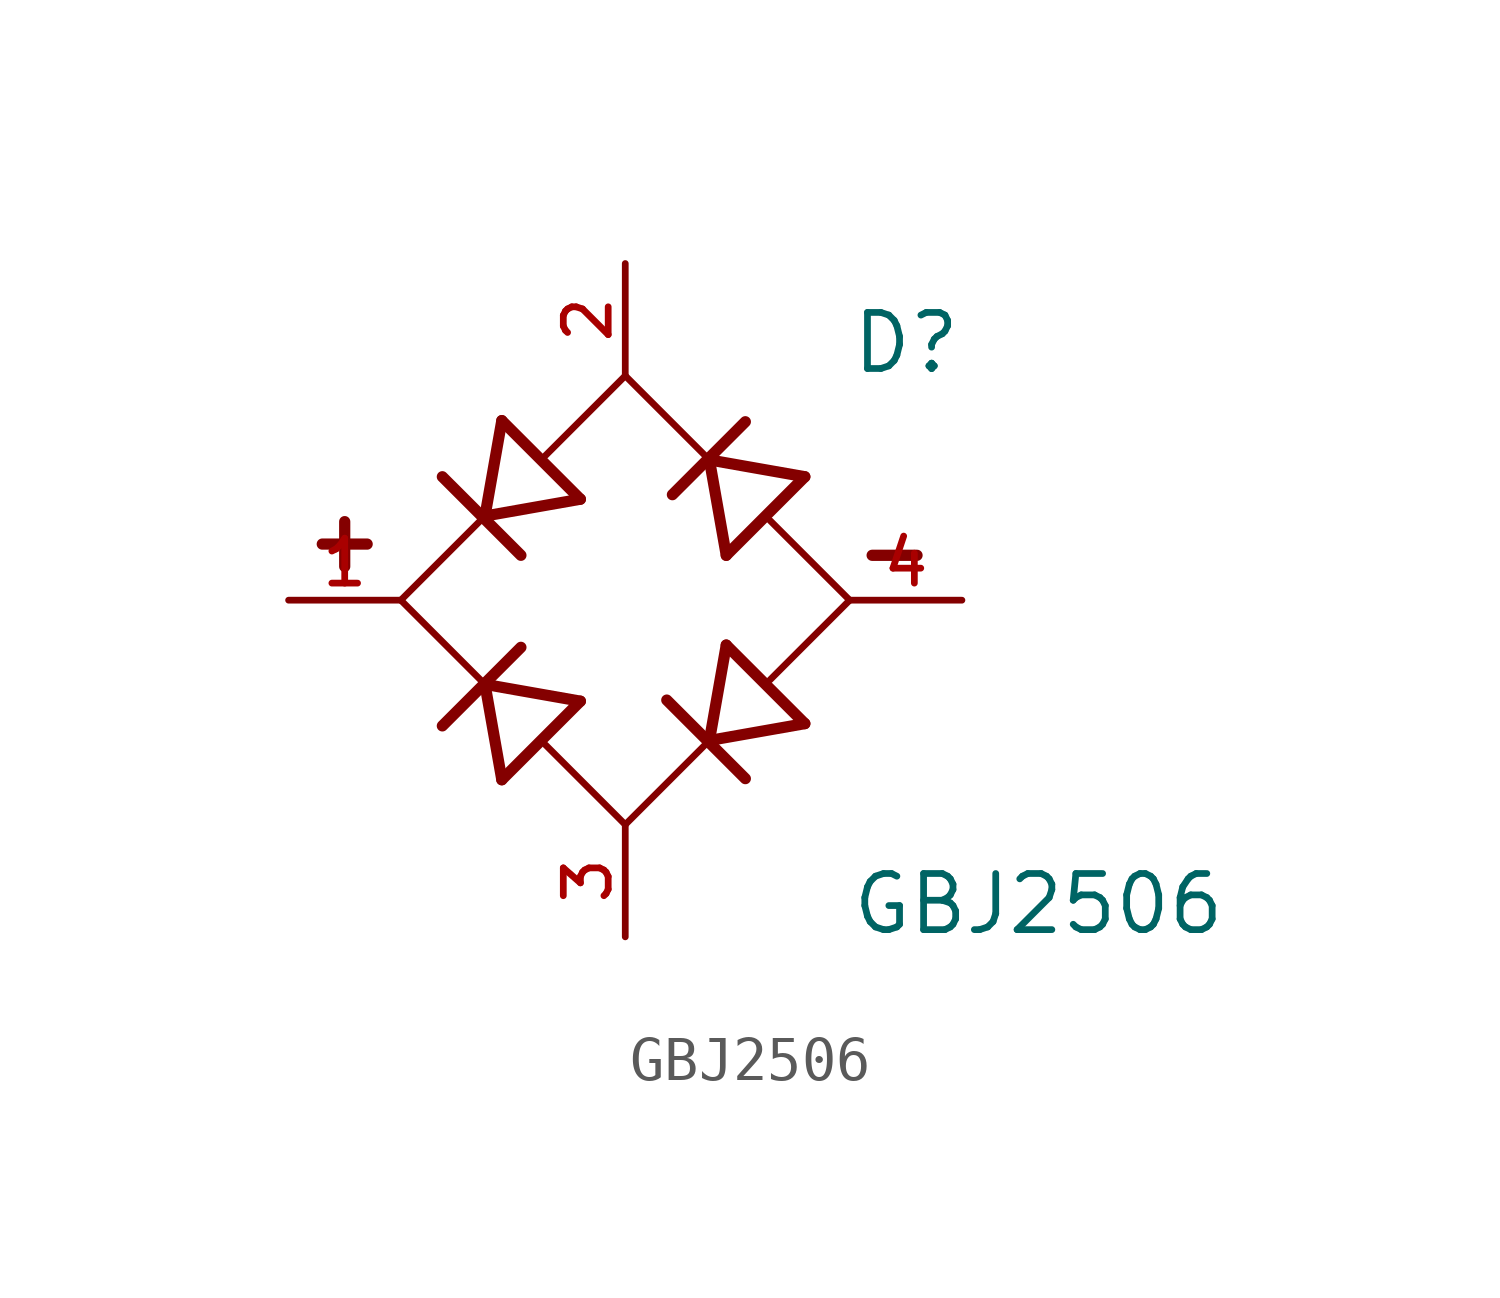
<source format=kicad_sym>
(kicad_symbol_lib
  (version 20211014)
  (generator kicad_symbol_editor)
  (symbol "GBJ2506"
    (pin_names
      (offset 1.016))
    (property "Reference" "D"
      (at 5.08 5.08 0)
      (effects (font (size 1.27 1.27)) (justify bottom left)))
    (property "Value" "GBJ2506"
      (at 5.08 -7.62 0)
      (effects (font (size 1.27 1.27)) (justify bottom left)))
    (symbol "GBJ2506_0_0"
      (polyline (pts (xy 1.905 -3.175) (xy 4.064 -2.794)) (stroke (width 0.254)))
      (polyline (pts (xy 1.905 -3.175) (xy 2.286 -1.016)) (stroke (width 0.254)))
      (polyline (pts (xy 2.718 -4.039) (xy 0.94 -2.261)) (stroke (width 0.254)))
      (polyline (pts (xy 1.905 3.175) (xy 4.064 2.794)) (stroke (width 0.254)))
      (polyline (pts (xy 1.905 3.175) (xy 2.286 1.016)) (stroke (width 0.254)))
      (polyline (pts (xy 2.718 4.039) (xy 1.067 2.388)) (stroke (width 0.254)))
      (polyline (pts (xy -3.175 1.905) (xy -2.794 4.064)) (stroke (width 0.254)))
      (polyline (pts (xy -3.175 1.905) (xy -1.016 2.286)) (stroke (width 0.254)))
      (polyline (pts (xy -2.362 1.016) (xy -4.14 2.794)) (stroke (width 0.254)))
      (polyline (pts (xy -3.175 -1.905) (xy -2.794 -4.064)) (stroke (width 0.254)))
      (polyline (pts (xy -3.175 -1.905) (xy -1.016 -2.286)) (stroke (width 0.254)))
      (polyline (pts (xy -2.362 -1.067) (xy -4.14 -2.845)) (stroke (width 0.254)))
      (polyline (pts (xy -5.08 0.0) (xy -3.175 -1.905)) (stroke (width 0.152)))
      (polyline (pts (xy 0.0 -5.08) (xy 1.905 -3.175)) (stroke (width 0.152)))
      (polyline (pts (xy 3.277 -1.803) (xy 5.08 0.0)) (stroke (width 0.152)))
      (polyline (pts (xy 4.064 -2.794) (xy 2.286 -1.016)) (stroke (width 0.254)))
      (polyline (pts (xy 5.08 0.0) (xy 3.277 1.803)) (stroke (width 0.152)))
      (polyline (pts (xy 4.064 2.794) (xy 2.286 1.016)) (stroke (width 0.254)))
      (polyline (pts (xy 1.905 3.175) (xy 0.0 5.08)) (stroke (width 0.152)))
      (polyline (pts (xy 0.0 5.08) (xy -1.803 3.277)) (stroke (width 0.152)))
      (polyline (pts (xy -1.016 2.286) (xy -2.794 4.064)) (stroke (width 0.254)))
      (polyline (pts (xy -3.175 1.905) (xy -5.08 0.0)) (stroke (width 0.152)))
      (polyline (pts (xy 0.0 -5.08) (xy -1.803 -3.277)) (stroke (width 0.152)))
      (polyline (pts (xy -1.016 -2.286) (xy -2.794 -4.064)) (stroke (width 0.254)))
      (polyline (pts (xy 5.588 1.016) (xy 6.604 1.016)) (stroke (width 0.254)))
      (polyline (pts (xy -6.858 1.27) (xy -5.842 1.27)) (stroke (width 0.254)))
      (polyline (pts (xy -6.35 0.762) (xy -6.35 1.778)) (stroke (width 0.254)))
      (pin passive line (at 0.0 7.62 270.0) (length 2.54) (name "~" (effects (font (size 1.016 1.016)))) (number "2" (effects (font (size 1.016 1.016)))))
      (pin passive line (at -7.62 0.0 0) (length 2.54) (name "~" (effects (font (size 1.016 1.016)))) (number "1" (effects (font (size 1.016 1.016)))))
      (pin passive line (at 0.0 -7.62 90.0) (length 2.54) (name "~" (effects (font (size 1.016 1.016)))) (number "3" (effects (font (size 1.016 1.016)))))
      (pin passive line (at 7.62 0.0 180.0) (length 2.54) (name "~" (effects (font (size 1.016 1.016)))) (number "4" (effects (font (size 1.016 1.016))))))))
</source>
